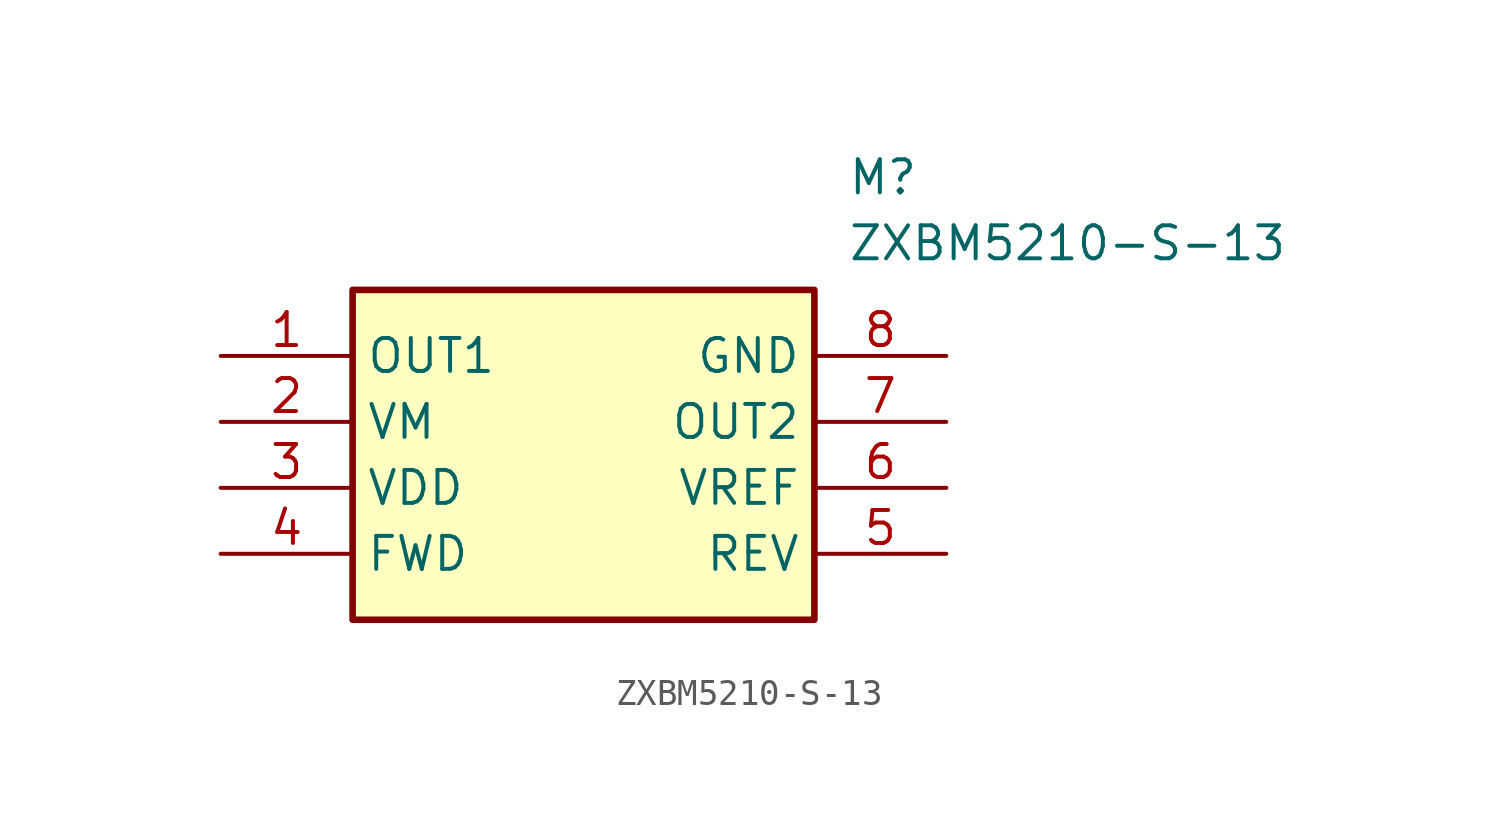
<source format=kicad_sym>
(kicad_symbol_lib
  (version 20211014)
  (generator SamacSys_ECAD_Model)
  (symbol "ZXBM5210-S-13"
    (property "Reference" "M"
      (at 24.13 7.62 0)
      (effects (font (size 1.27 1.27)) (justify left top)))
    (property "Value" "ZXBM5210-S-13"
      (at 24.13 5.08 0)
      (effects (font (size 1.27 1.27)) (justify left top)))
    (rectangle
      (start 5.08 2.54)
      (end 22.86 -10.16)
      (stroke (width 0.254) (type default))
      (fill (type background)))
    (pin output line
      (at 0 0 0)
      (length 5.08)
      (name "OUT1" (effects (font (size 1.27 1.27))))
      (number "1" (effects (font (size 1.27 1.27)))))
    (pin power_in line
      (at 0 -2.54 0)
      (length 5.08)
      (name "VM" (effects (font (size 1.27 1.27))))
      (number "2" (effects (font (size 1.27 1.27)))))
    (pin power_in line
      (at 0 -5.08 0)
      (length 5.08)
      (name "VDD" (effects (font (size 1.27 1.27))))
      (number "3" (effects (font (size 1.27 1.27)))))
    (pin input line
      (at 0 -7.62 0)
      (length 5.08)
      (name "FWD" (effects (font (size 1.27 1.27))))
      (number "4" (effects (font (size 1.27 1.27)))))
    (pin power_in line
      (at 27.94 0 180)
      (length 5.08)
      (name "GND" (effects (font (size 1.27 1.27))))
      (number "8" (effects (font (size 1.27 1.27)))))
    (pin output line
      (at 27.94 -2.54 180)
      (length 5.08)
      (name "OUT2" (effects (font (size 1.27 1.27))))
      (number "7" (effects (font (size 1.27 1.27)))))
    (pin input line
      (at 27.94 -5.08 180)
      (length 5.08)
      (name "VREF" (effects (font (size 1.27 1.27))))
      (number "6" (effects (font (size 1.27 1.27)))))
    (pin input line
      (at 27.94 -7.62 180)
      (length 5.08)
      (name "REV" (effects (font (size 1.27 1.27))))
      (number "5" (effects (font (size 1.27 1.27)))))))
</source>
